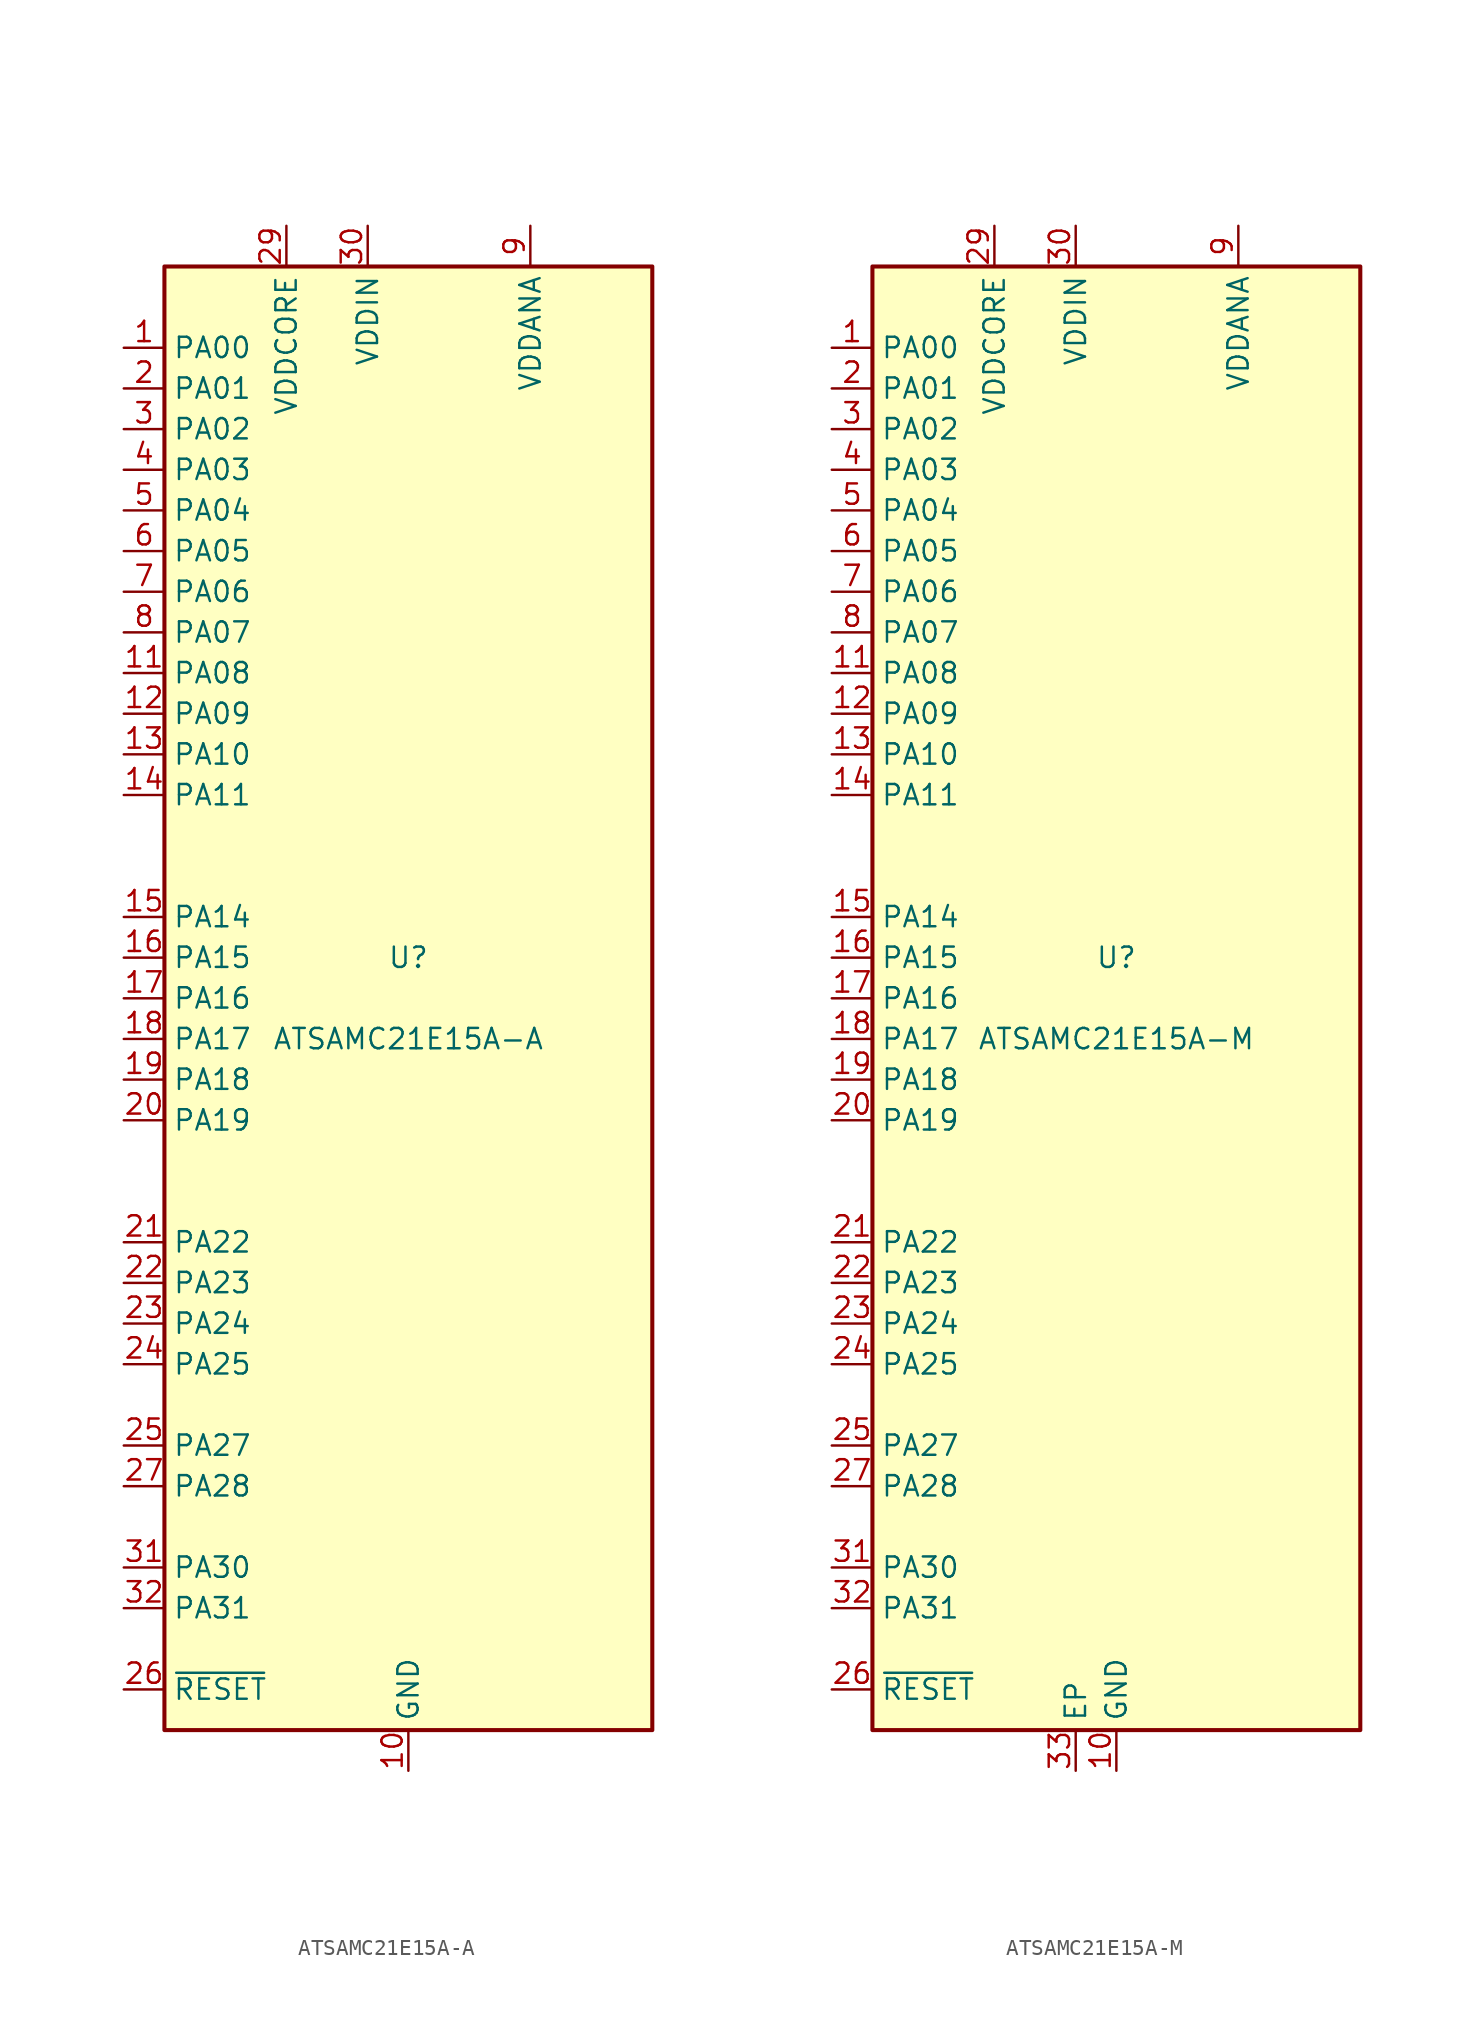
<source format=kicad_sym>
(kicad_symbol_lib
  (version 20211014)
  (generator kicad_symbol_editor)
  (symbol "ATSAMC21E15A-A"
    (property "Reference" "U"
      (at 0 2.54 0)
      (effects (font (size 1.27 1.27))))
    (property "Value" "ATSAMC21E15A-A"
      (at 0 -2.54 0)
      (effects (font (size 1.27 1.27))))
    (symbol "ATSAMC21E15A-A_1_1"
      (rectangle (start -15.24 45.72) (end 15.24 -45.72) (stroke (width 0.254) (type default) (color 0 0 0 0)) (fill (type background)))
      (pin bidirectional line (at -17.78 40.64 0) (length 2.54) (name "PA00" (effects (font (size 1.27 1.27)))) (number "1" (effects (font (size 1.27 1.27)))))
      (pin power_in line (at 0 -48.26 90) (length 2.54) (name "GND" (effects (font (size 1.27 1.27)))) (number "10" (effects (font (size 1.27 1.27)))))
      (pin bidirectional line (at -17.78 20.32 0) (length 2.54) (name "PA08" (effects (font (size 1.27 1.27)))) (number "11" (effects (font (size 1.27 1.27)))))
      (pin bidirectional line (at -17.78 17.78 0) (length 2.54) (name "PA09" (effects (font (size 1.27 1.27)))) (number "12" (effects (font (size 1.27 1.27)))))
      (pin bidirectional line (at -17.78 15.24 0) (length 2.54) (name "PA10" (effects (font (size 1.27 1.27)))) (number "13" (effects (font (size 1.27 1.27)))))
      (pin bidirectional line (at -17.78 12.7 0) (length 2.54) (name "PA11" (effects (font (size 1.27 1.27)))) (number "14" (effects (font (size 1.27 1.27)))))
      (pin bidirectional line (at -17.78 5.08 0) (length 2.54) (name "PA14" (effects (font (size 1.27 1.27)))) (number "15" (effects (font (size 1.27 1.27)))))
      (pin bidirectional line (at -17.78 2.54 0) (length 2.54) (name "PA15" (effects (font (size 1.27 1.27)))) (number "16" (effects (font (size 1.27 1.27)))))
      (pin bidirectional line (at -17.78 0 0) (length 2.54) (name "PA16" (effects (font (size 1.27 1.27)))) (number "17" (effects (font (size 1.27 1.27)))))
      (pin bidirectional line (at -17.78 -2.54 0) (length 2.54) (name "PA17" (effects (font (size 1.27 1.27)))) (number "18" (effects (font (size 1.27 1.27)))))
      (pin bidirectional line (at -17.78 -5.08 0) (length 2.54) (name "PA18" (effects (font (size 1.27 1.27)))) (number "19" (effects (font (size 1.27 1.27)))))
      (pin bidirectional line (at -17.78 38.1 0) (length 2.54) (name "PA01" (effects (font (size 1.27 1.27)))) (number "2" (effects (font (size 1.27 1.27)))))
      (pin bidirectional line (at -17.78 -7.62 0) (length 2.54) (name "PA19" (effects (font (size 1.27 1.27)))) (number "20" (effects (font (size 1.27 1.27)))))
      (pin bidirectional line (at -17.78 -15.24 0) (length 2.54) (name "PA22" (effects (font (size 1.27 1.27)))) (number "21" (effects (font (size 1.27 1.27)))))
      (pin bidirectional line (at -17.78 -17.78 0) (length 2.54) (name "PA23" (effects (font (size 1.27 1.27)))) (number "22" (effects (font (size 1.27 1.27)))))
      (pin bidirectional line (at -17.78 -20.32 0) (length 2.54) (name "PA24" (effects (font (size 1.27 1.27)))) (number "23" (effects (font (size 1.27 1.27)))))
      (pin bidirectional line (at -17.78 -22.86 0) (length 2.54) (name "PA25" (effects (font (size 1.27 1.27)))) (number "24" (effects (font (size 1.27 1.27)))))
      (pin bidirectional line (at -17.78 -27.94 0) (length 2.54) (name "PA27" (effects (font (size 1.27 1.27)))) (number "25" (effects (font (size 1.27 1.27)))))
      (pin input line (at -17.78 -43.18 0) (length 2.54) (name "~{RESET}" (effects (font (size 1.27 1.27)))) (number "26" (effects (font (size 1.27 1.27)))))
      (pin bidirectional line (at -17.78 -30.48 0) (length 2.54) (name "PA28" (effects (font (size 1.27 1.27)))) (number "27" (effects (font (size 1.27 1.27)))))
      (pin passive line (at 0 -48.26 90) (length 2.54) hide (name "GND" (effects (font (size 1.27 1.27)))) (number "28" (effects (font (size 1.27 1.27)))))
      (pin power_out line (at -7.62 48.26 270) (length 2.54) (name "VDDCORE" (effects (font (size 1.27 1.27)))) (number "29" (effects (font (size 1.27 1.27)))))
      (pin bidirectional line (at -17.78 35.56 0) (length 2.54) (name "PA02" (effects (font (size 1.27 1.27)))) (number "3" (effects (font (size 1.27 1.27)))))
      (pin power_in line (at -2.54 48.26 270) (length 2.54) (name "VDDIN" (effects (font (size 1.27 1.27)))) (number "30" (effects (font (size 1.27 1.27)))))
      (pin bidirectional line (at -17.78 -35.56 0) (length 2.54) (name "PA30" (effects (font (size 1.27 1.27)))) (number "31" (effects (font (size 1.27 1.27)))))
      (pin bidirectional line (at -17.78 -38.1 0) (length 2.54) (name "PA31" (effects (font (size 1.27 1.27)))) (number "32" (effects (font (size 1.27 1.27)))))
      (pin bidirectional line (at -17.78 33.02 0) (length 2.54) (name "PA03" (effects (font (size 1.27 1.27)))) (number "4" (effects (font (size 1.27 1.27)))))
      (pin bidirectional line (at -17.78 30.48 0) (length 2.54) (name "PA04" (effects (font (size 1.27 1.27)))) (number "5" (effects (font (size 1.27 1.27)))))
      (pin bidirectional line (at -17.78 27.94 0) (length 2.54) (name "PA05" (effects (font (size 1.27 1.27)))) (number "6" (effects (font (size 1.27 1.27)))))
      (pin bidirectional line (at -17.78 25.4 0) (length 2.54) (name "PA06" (effects (font (size 1.27 1.27)))) (number "7" (effects (font (size 1.27 1.27)))))
      (pin bidirectional line (at -17.78 22.86 0) (length 2.54) (name "PA07" (effects (font (size 1.27 1.27)))) (number "8" (effects (font (size 1.27 1.27)))))
      (pin power_in line (at 7.62 48.26 270) (length 2.54) (name "VDDANA" (effects (font (size 1.27 1.27)))) (number "9" (effects (font (size 1.27 1.27)))))))
  (symbol "ATSAMC21E15A-M"
    (property "Reference" "U"
      (at 0 2.54 0)
      (effects (font (size 1.27 1.27))))
    (property "Value" "ATSAMC21E15A-M"
      (at 0 -2.54 0)
      (effects (font (size 1.27 1.27))))
    (symbol "ATSAMC21E15A-M_1_1"
      (rectangle (start -15.24 45.72) (end 15.24 -45.72) (stroke (width 0.254) (type default) (color 0 0 0 0)) (fill (type background)))
      (pin bidirectional line (at -17.78 40.64 0) (length 2.54) (name "PA00" (effects (font (size 1.27 1.27)))) (number "1" (effects (font (size 1.27 1.27)))))
      (pin power_in line (at 0 -48.26 90) (length 2.54) (name "GND" (effects (font (size 1.27 1.27)))) (number "10" (effects (font (size 1.27 1.27)))))
      (pin bidirectional line (at -17.78 20.32 0) (length 2.54) (name "PA08" (effects (font (size 1.27 1.27)))) (number "11" (effects (font (size 1.27 1.27)))))
      (pin bidirectional line (at -17.78 17.78 0) (length 2.54) (name "PA09" (effects (font (size 1.27 1.27)))) (number "12" (effects (font (size 1.27 1.27)))))
      (pin bidirectional line (at -17.78 15.24 0) (length 2.54) (name "PA10" (effects (font (size 1.27 1.27)))) (number "13" (effects (font (size 1.27 1.27)))))
      (pin bidirectional line (at -17.78 12.7 0) (length 2.54) (name "PA11" (effects (font (size 1.27 1.27)))) (number "14" (effects (font (size 1.27 1.27)))))
      (pin bidirectional line (at -17.78 5.08 0) (length 2.54) (name "PA14" (effects (font (size 1.27 1.27)))) (number "15" (effects (font (size 1.27 1.27)))))
      (pin bidirectional line (at -17.78 2.54 0) (length 2.54) (name "PA15" (effects (font (size 1.27 1.27)))) (number "16" (effects (font (size 1.27 1.27)))))
      (pin bidirectional line (at -17.78 0 0) (length 2.54) (name "PA16" (effects (font (size 1.27 1.27)))) (number "17" (effects (font (size 1.27 1.27)))))
      (pin bidirectional line (at -17.78 -2.54 0) (length 2.54) (name "PA17" (effects (font (size 1.27 1.27)))) (number "18" (effects (font (size 1.27 1.27)))))
      (pin bidirectional line (at -17.78 -5.08 0) (length 2.54) (name "PA18" (effects (font (size 1.27 1.27)))) (number "19" (effects (font (size 1.27 1.27)))))
      (pin bidirectional line (at -17.78 38.1 0) (length 2.54) (name "PA01" (effects (font (size 1.27 1.27)))) (number "2" (effects (font (size 1.27 1.27)))))
      (pin bidirectional line (at -17.78 -7.62 0) (length 2.54) (name "PA19" (effects (font (size 1.27 1.27)))) (number "20" (effects (font (size 1.27 1.27)))))
      (pin bidirectional line (at -17.78 -15.24 0) (length 2.54) (name "PA22" (effects (font (size 1.27 1.27)))) (number "21" (effects (font (size 1.27 1.27)))))
      (pin bidirectional line (at -17.78 -17.78 0) (length 2.54) (name "PA23" (effects (font (size 1.27 1.27)))) (number "22" (effects (font (size 1.27 1.27)))))
      (pin bidirectional line (at -17.78 -20.32 0) (length 2.54) (name "PA24" (effects (font (size 1.27 1.27)))) (number "23" (effects (font (size 1.27 1.27)))))
      (pin bidirectional line (at -17.78 -22.86 0) (length 2.54) (name "PA25" (effects (font (size 1.27 1.27)))) (number "24" (effects (font (size 1.27 1.27)))))
      (pin bidirectional line (at -17.78 -27.94 0) (length 2.54) (name "PA27" (effects (font (size 1.27 1.27)))) (number "25" (effects (font (size 1.27 1.27)))))
      (pin input line (at -17.78 -43.18 0) (length 2.54) (name "~{RESET}" (effects (font (size 1.27 1.27)))) (number "26" (effects (font (size 1.27 1.27)))))
      (pin bidirectional line (at -17.78 -30.48 0) (length 2.54) (name "PA28" (effects (font (size 1.27 1.27)))) (number "27" (effects (font (size 1.27 1.27)))))
      (pin passive line (at 0 -48.26 90) (length 2.54) hide (name "GND" (effects (font (size 1.27 1.27)))) (number "28" (effects (font (size 1.27 1.27)))))
      (pin power_out line (at -7.62 48.26 270) (length 2.54) (name "VDDCORE" (effects (font (size 1.27 1.27)))) (number "29" (effects (font (size 1.27 1.27)))))
      (pin bidirectional line (at -17.78 35.56 0) (length 2.54) (name "PA02" (effects (font (size 1.27 1.27)))) (number "3" (effects (font (size 1.27 1.27)))))
      (pin power_in line (at -2.54 48.26 270) (length 2.54) (name "VDDIN" (effects (font (size 1.27 1.27)))) (number "30" (effects (font (size 1.27 1.27)))))
      (pin bidirectional line (at -17.78 -35.56 0) (length 2.54) (name "PA30" (effects (font (size 1.27 1.27)))) (number "31" (effects (font (size 1.27 1.27)))))
      (pin bidirectional line (at -17.78 -38.1 0) (length 2.54) (name "PA31" (effects (font (size 1.27 1.27)))) (number "32" (effects (font (size 1.27 1.27)))))
      (pin passive line (at -2.54 -48.26 90) (length 2.54) (name "EP" (effects (font (size 1.27 1.27)))) (number "33" (effects (font (size 1.27 1.27)))))
      (pin bidirectional line (at -17.78 33.02 0) (length 2.54) (name "PA03" (effects (font (size 1.27 1.27)))) (number "4" (effects (font (size 1.27 1.27)))))
      (pin bidirectional line (at -17.78 30.48 0) (length 2.54) (name "PA04" (effects (font (size 1.27 1.27)))) (number "5" (effects (font (size 1.27 1.27)))))
      (pin bidirectional line (at -17.78 27.94 0) (length 2.54) (name "PA05" (effects (font (size 1.27 1.27)))) (number "6" (effects (font (size 1.27 1.27)))))
      (pin bidirectional line (at -17.78 25.4 0) (length 2.54) (name "PA06" (effects (font (size 1.27 1.27)))) (number "7" (effects (font (size 1.27 1.27)))))
      (pin bidirectional line (at -17.78 22.86 0) (length 2.54) (name "PA07" (effects (font (size 1.27 1.27)))) (number "8" (effects (font (size 1.27 1.27)))))
      (pin power_in line (at 7.62 48.26 270) (length 2.54) (name "VDDANA" (effects (font (size 1.27 1.27)))) (number "9" (effects (font (size 1.27 1.27))))))))
</source>
